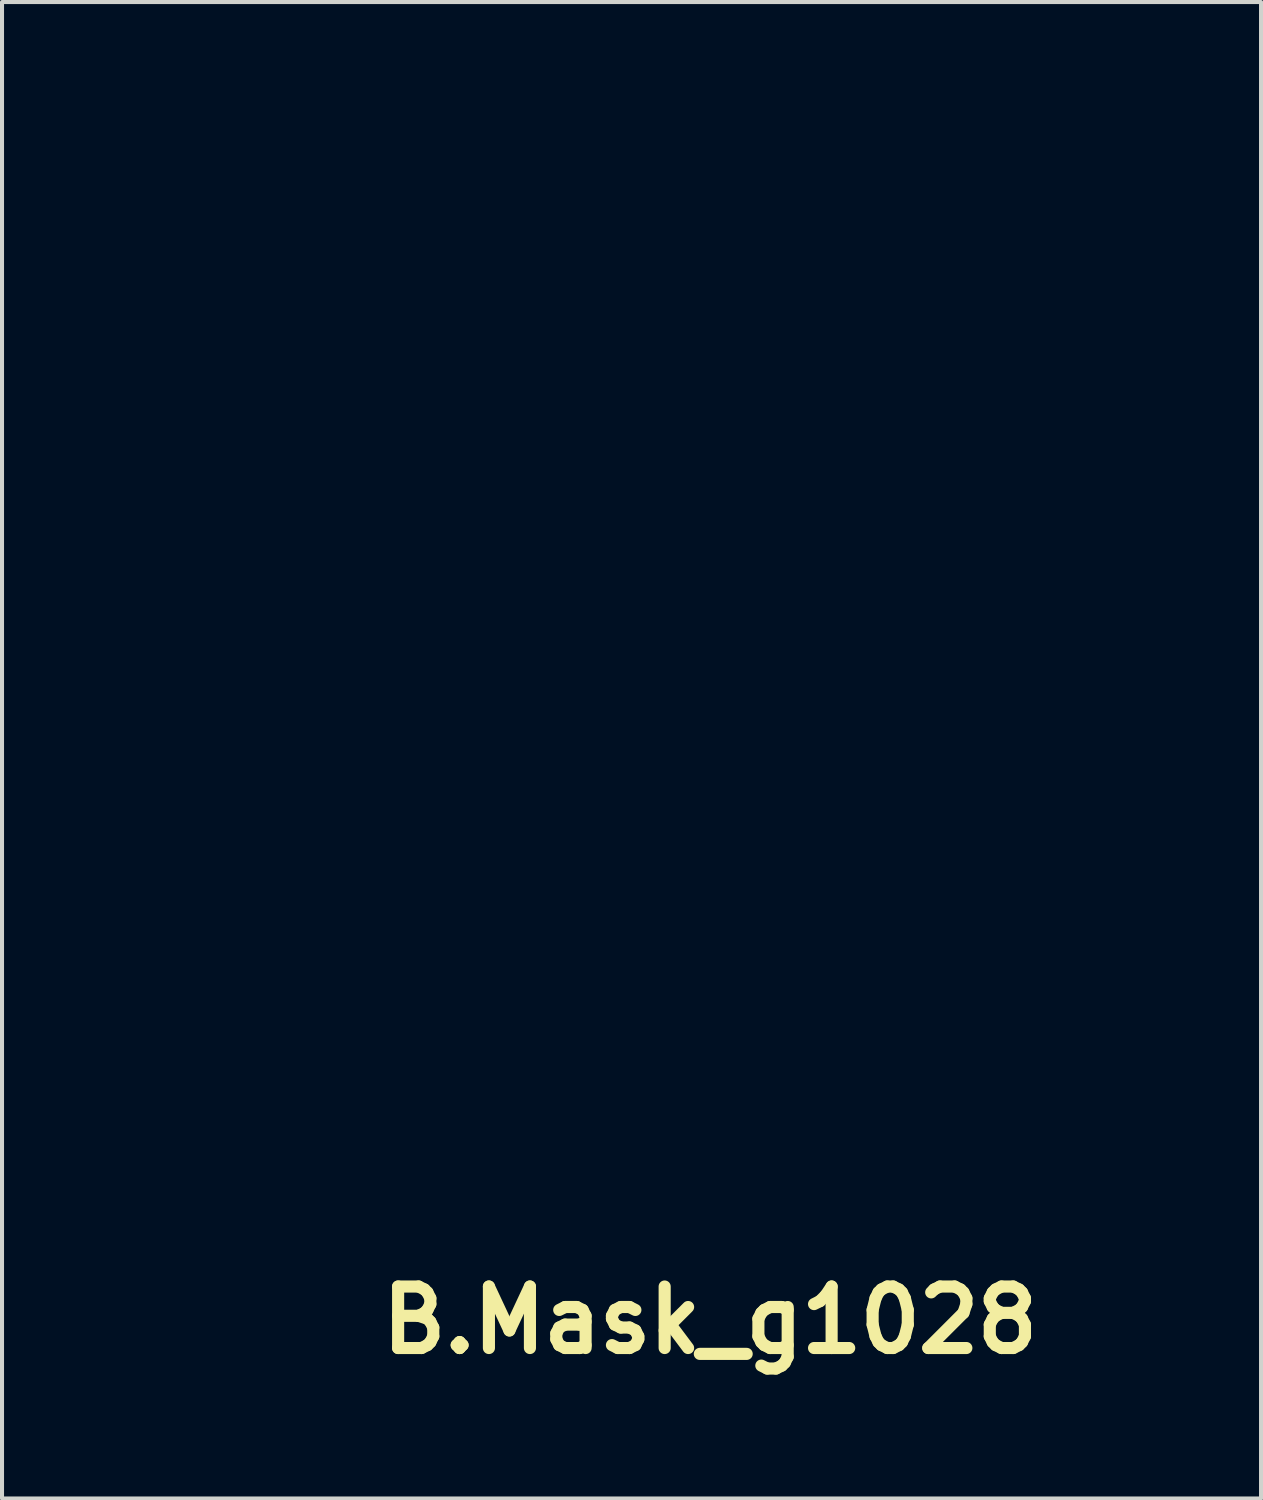
<source format=kicad_pcb>
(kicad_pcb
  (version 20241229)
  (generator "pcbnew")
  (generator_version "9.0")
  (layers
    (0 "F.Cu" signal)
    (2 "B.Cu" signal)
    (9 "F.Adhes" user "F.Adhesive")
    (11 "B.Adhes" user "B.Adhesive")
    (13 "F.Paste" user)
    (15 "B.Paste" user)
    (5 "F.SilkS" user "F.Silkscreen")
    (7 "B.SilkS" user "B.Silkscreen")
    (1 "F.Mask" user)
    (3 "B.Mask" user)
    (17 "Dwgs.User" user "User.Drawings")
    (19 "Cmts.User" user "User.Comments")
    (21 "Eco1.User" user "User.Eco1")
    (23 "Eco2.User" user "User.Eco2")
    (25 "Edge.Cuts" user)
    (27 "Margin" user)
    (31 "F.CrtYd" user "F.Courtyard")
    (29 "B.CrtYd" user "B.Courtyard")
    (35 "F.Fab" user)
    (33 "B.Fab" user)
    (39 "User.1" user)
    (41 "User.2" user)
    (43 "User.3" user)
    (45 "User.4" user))
  (footprint "B.Mask_g1028"
    (layer "F.Cu")
    (at 14.543 29.66)
    (property "Reference" "B.Mask_g1028" (at 0 0 0) (layer "F.SilkS") (effects (font (size 1.524 1.524) (thickness 0.3))))
    (attr through_hole)
    (fp_poly (pts (xy -1.647 -29.655) (xy -1.631 -29.654) (xy -1.566 -29.641) (xy -1.518 -29.595) (xy -1.484 -29.514) (xy -1.48 -29.5) (xy -1.464 -29.435) (xy -1.441 -29.33) (xy -1.411 -29.186) (xy -1.375 -29.006) (xy -1.332 -28.792) (xy -1.283 -28.545) (xy -1.229 -28.267) (xy -1.169 -27.959) (xy -1.105 -27.623) (xy -1.036 -27.262) (xy -0.963 -26.877) (xy -0.886 -26.469) (xy -0.806 -26.041) (xy -0.722 -25.594) (xy -0.635 -25.13) (xy -0.546 -24.651) (xy -0.455 -24.158) (xy -0.434 -24.045) (xy -0.383 -23.769) (xy -0.333 -23.499) (xy -0.285 -23.24) (xy -0.239 -22.995) (xy -0.197 -22.768) (xy -0.159 -22.562) (xy -0.125 -22.381) (xy -0.096 -22.228) (xy -0.074 -22.108) (xy -0.057 -22.024) (xy -0.051 -21.992) (xy -0.042 -21.945) (xy -0.026 -21.859) (xy -0.003 -21.735) (xy 0.026 -21.576) (xy 0.062 -21.384) (xy 0.103 -21.16) (xy 0.15 -20.908) (xy 0.201 -20.628) (xy 0.257 -20.324) (xy 0.317 -19.997) (xy 0.381 -19.649) (xy 0.449 -19.283) (xy 0.519 -18.9) (xy 0.592 -18.503) (xy 0.667 -18.093) (xy 0.744 -17.674) (xy 0.791 -17.414) (xy 0.868 -16.994) (xy 0.944 -16.584) (xy 1.016 -16.187) (xy 1.086 -15.806) (xy 1.154 -15.441) (xy 1.217 -15.096) (xy 1.277 -14.771) (xy 1.333 -14.469) (xy 1.384 -14.191) (xy 1.431 -13.94) (xy 1.472 -13.718) (xy 1.507 -13.527) (xy 1.537 -13.368) (xy 1.561 -13.243) (xy 1.577 -13.155) (xy 1.587 -13.105) (xy 1.59 -13.093) (xy 1.611 -13.088) (xy 1.671 -13.072) (xy 1.766 -13.049) (xy 1.895 -13.017) (xy 2.054 -12.979) (xy 2.241 -12.933) (xy 2.453 -12.882) (xy 2.687 -12.825) (xy 2.941 -12.764) (xy 3.211 -12.699) (xy 3.496 -12.631) (xy 3.778 -12.563) (xy 4.422 -12.409) (xy 5.026 -12.264) (xy 5.591 -12.128) (xy 6.119 -12.001) (xy 6.61 -11.883) (xy 7.065 -11.774) (xy 7.487 -11.672) (xy 7.875 -11.578) (xy 8.231 -11.492) (xy 8.557 -11.413) (xy 8.853 -11.341) (xy 9.121 -11.276) (xy 9.361 -11.217) (xy 9.575 -11.165) (xy 9.765 -11.118) (xy 9.93 -11.076) (xy 10.073 -11.04) (xy 10.195 -11.009) (xy 10.296 -10.983) (xy 10.379 -10.961) (xy 10.443 -10.943) (xy 10.491 -10.929) (xy 10.522 -10.919) (xy 10.54 -10.912) (xy 10.604 -10.865) (xy 10.637 -10.802) (xy 10.647 -10.714) (xy 10.645 -10.682) (xy 10.637 -10.65) (xy 10.622 -10.618) (xy 10.598 -10.585) (xy 10.564 -10.551) (xy 10.517 -10.515) (xy 10.458 -10.476) (xy 10.382 -10.434) (xy 10.29 -10.388) (xy 10.18 -10.337) (xy 10.049 -10.281) (xy 9.897 -10.219) (xy 9.721 -10.15) (xy 9.52 -10.074) (xy 9.293 -9.99) (xy 9.037 -9.897) (xy 8.752 -9.795) (xy 8.435 -9.683) (xy 8.086 -9.56) (xy 7.701 -9.425) (xy 7.281 -9.279) (xy 6.822 -9.12) (xy 6.646 -9.059) (xy 6.196 -8.903) (xy 5.764 -8.752) (xy 5.352 -8.608) (xy 4.962 -8.472) (xy 4.596 -8.343) (xy 4.254 -8.222) (xy 3.938 -8.109) (xy 3.649 -8.006) (xy 3.39 -7.913) (xy 3.161 -7.829) (xy 2.964 -7.757) (xy 2.8 -7.695) (xy 2.672 -7.645) (xy 2.579 -7.608) (xy 2.524 -7.584) (xy 2.509 -7.575) (xy 2.5 -7.543) (xy 2.498 -7.47) (xy 2.502 -7.358) (xy 2.512 -7.207) (xy 2.529 -7.017) (xy 2.551 -6.791) (xy 2.58 -6.529) (xy 2.614 -6.232) (xy 2.654 -5.901) (xy 2.699 -5.536) (xy 2.75 -5.14) (xy 2.807 -4.713) (xy 2.869 -4.255) (xy 2.921 -3.873) (xy 2.975 -3.479) (xy 3.024 -3.124) (xy 3.068 -2.806) (xy 3.107 -2.525) (xy 3.14 -2.276) (xy 3.17 -2.059) (xy 3.195 -1.872) (xy 3.216 -1.711) (xy 3.234 -1.576) (xy 3.249 -1.463) (xy 3.26 -1.371) (xy 3.269 -1.298) (xy 3.275 -1.242) (xy 3.279 -1.2) (xy 3.28 -1.17) (xy 3.281 -1.156) (xy 3.267 -1.071) (xy 3.226 -1.018) (xy 3.156 -0.996) (xy 3.133 -0.995) (xy 3.082 -1.003) (xy 3.035 -1.031) (xy 2.979 -1.085) (xy 2.91 -1.16) (xy 2.817 -1.265) (xy 2.702 -1.397) (xy 2.567 -1.553) (xy 2.415 -1.73) (xy 2.248 -1.925) (xy 2.069 -2.135) (xy 1.88 -2.358) (xy 1.683 -2.59) (xy 1.482 -2.828) (xy 1.278 -3.07) (xy 1.074 -3.314) (xy 0.872 -3.554) (xy 0.675 -3.79) (xy 0.485 -4.018) (xy 0.305 -4.236) (xy 0.137 -4.439) (xy -0.016 -4.626) (xy -0.148 -4.788) (xy -0.231 -4.889) (xy -0.332 -5.011) (xy -0.448 -5.149) (xy -0.576 -5.3) (xy -0.714 -5.461) (xy -0.857 -5.628) (xy -1.003 -5.798) (xy -1.149 -5.967) (xy -1.293 -6.133) (xy -1.43 -6.29) (xy -1.559 -6.437) (xy -1.675 -6.569) (xy -1.777 -6.684) (xy -1.861 -6.777) (xy -1.924 -6.846) (xy -1.964 -6.886) (xy -1.968 -6.89) (xy -2.016 -6.932) (xy -2.122 -6.816) (xy -2.242 -6.68) (xy -2.375 -6.523) (xy -2.524 -6.341) (xy -2.691 -6.132) (xy -2.877 -5.894) (xy -3.084 -5.623) (xy -3.111 -5.588) (xy -3.383 -5.231) (xy -3.654 -4.879) (xy -3.922 -4.532) (xy -4.186 -4.192) (xy -4.445 -3.862) (xy -4.696 -3.542) (xy -4.94 -3.235) (xy -5.174 -2.942) (xy -5.396 -2.665) (xy -5.607 -2.406) (xy -5.804 -2.166) (xy -5.985 -1.947) (xy -6.15 -1.751) (xy -6.297 -1.579) (xy -6.425 -1.433) (xy -6.532 -1.316) (xy -6.617 -1.228) (xy -6.679 -1.171) (xy -6.7 -1.155) (xy -6.754 -1.131) (xy -6.827 -1.112) (xy -6.859 -1.107) (xy -6.964 -1.095) (xy -6.964 -1.233) (xy -6.963 -1.268) (xy -6.961 -1.314) (xy -6.958 -1.371) (xy -6.952 -1.443) (xy -6.944 -1.53) (xy -6.935 -1.635) (xy -6.922 -1.76) (xy -6.907 -1.907) (xy -6.89 -2.079) (xy -6.869 -2.277) (xy -6.844 -2.503) (xy -6.816 -2.76) (xy -6.785 -3.049) (xy -6.749 -3.373) (xy -6.709 -3.734) (xy -6.665 -4.133) (xy -6.636 -4.392) (xy -6.582 -4.882) (xy -6.532 -5.33) (xy -6.488 -5.737) (xy -6.449 -6.103) (xy -6.414 -6.429) (xy -6.385 -6.714) (xy -6.36 -6.959) (xy -6.34 -7.165) (xy -6.325 -7.332) (xy -6.315 -7.46) (xy -6.309 -7.549) (xy -6.308 -7.59) (xy -6.311 -7.648) (xy -6.327 -7.68) (xy -6.366 -7.701) (xy -6.376 -7.704) (xy -6.437 -7.726) (xy -6.536 -7.761) (xy -6.67 -7.807) (xy -6.837 -7.864) (xy -7.034 -7.931) (xy -7.258 -8.008) (xy -7.509 -8.093) (xy -7.782 -8.186) (xy -8.076 -8.286) (xy -8.388 -8.392) (xy -8.715 -8.503) (xy -9.056 -8.618) (xy -9.408 -8.737) (xy -9.62 -8.809) (xy -10.218 -9.011) (xy -10.775 -9.201) (xy -11.293 -9.378) (xy -11.77 -9.543) (xy -12.209 -9.695) (xy -12.608 -9.835) (xy -12.969 -9.964) (xy -13.291 -10.08) (xy -13.575 -10.184) (xy -13.821 -10.276) (xy -14.029 -10.357) (xy -14.199 -10.426) (xy -14.332 -10.484) (xy -14.429 -10.53) (xy -14.488 -10.564) (xy -14.501 -10.574) (xy -14.534 -10.63) (xy -14.538 -10.698) (xy -14.511 -10.761) (xy -14.5 -10.773) (xy -14.484 -10.785) (xy -14.457 -10.8) (xy -14.417 -10.817) (xy -14.364 -10.837) (xy -14.298 -10.86) (xy -14.215 -10.886) (xy -14.116 -10.917) (xy -13.999 -10.951) (xy -13.863 -10.989) (xy -13.707 -11.032) (xy -13.529 -11.081) (xy -13.329 -11.134) (xy -13.106 -11.193) (xy -12.857 -11.257) (xy -12.583 -11.328) (xy -12.281 -11.405) (xy -11.951 -11.489) (xy -11.592 -11.58) (xy -11.202 -11.678) (xy -10.78 -11.784) (xy -10.325 -11.898) (xy -9.836 -12.02) (xy -9.312 -12.15) (xy -8.751 -12.29) (xy -8.153 -12.439) (xy -7.516 -12.597) (xy -6.839 -12.764) (xy -6.837 -12.765) (xy -5.641 -13.061) (xy -5.191 -14.992) (xy -5 -15.816) (xy -4.817 -16.6) (xy -4.643 -17.346) (xy -4.478 -18.055) (xy -4.321 -18.729) (xy -4.172 -19.369) (xy -4.03 -19.977) (xy -3.895 -20.554) (xy -3.768 -21.101) (xy -3.646 -21.621) (xy -3.531 -22.114) (xy -3.421 -22.582) (xy -3.317 -23.027) (xy -3.218 -23.45) (xy -3.124 -23.852) (xy -3.034 -24.235) (xy -2.948 -24.601) (xy -2.865 -24.951) (xy -2.786 -25.286) (xy -2.71 -25.608) (xy -2.637 -25.919) (xy -2.566 -26.219) (xy -2.496 -26.511) (xy -2.429 -26.795) (xy -2.362 -27.074) (xy -2.338 -27.178) (xy -2.249 -27.549) (xy -2.17 -27.882) (xy -2.099 -28.177) (xy -2.037 -28.438) (xy -1.982 -28.666) (xy -1.934 -28.864) (xy -1.892 -29.033) (xy -1.855 -29.177) (xy -1.824 -29.297) (xy -1.797 -29.395) (xy -1.773 -29.473) (xy -1.753 -29.534) (xy -1.735 -29.58) (xy -1.719 -29.612) (xy -1.705 -29.634) (xy -1.691 -29.647) (xy -1.677 -29.654) (xy -1.663 -29.655) (xy -1.647 -29.655)) (stroke (width 0.01) (type solid)) (fill yes) (layer "B.Mask")))
  (gr_rect
    (start -3 -3)
    (end 28.194 34.078)
    (stroke (width 0.1) (type default))
    (fill no)
    (layer "Edge.Cuts")))
</source>
